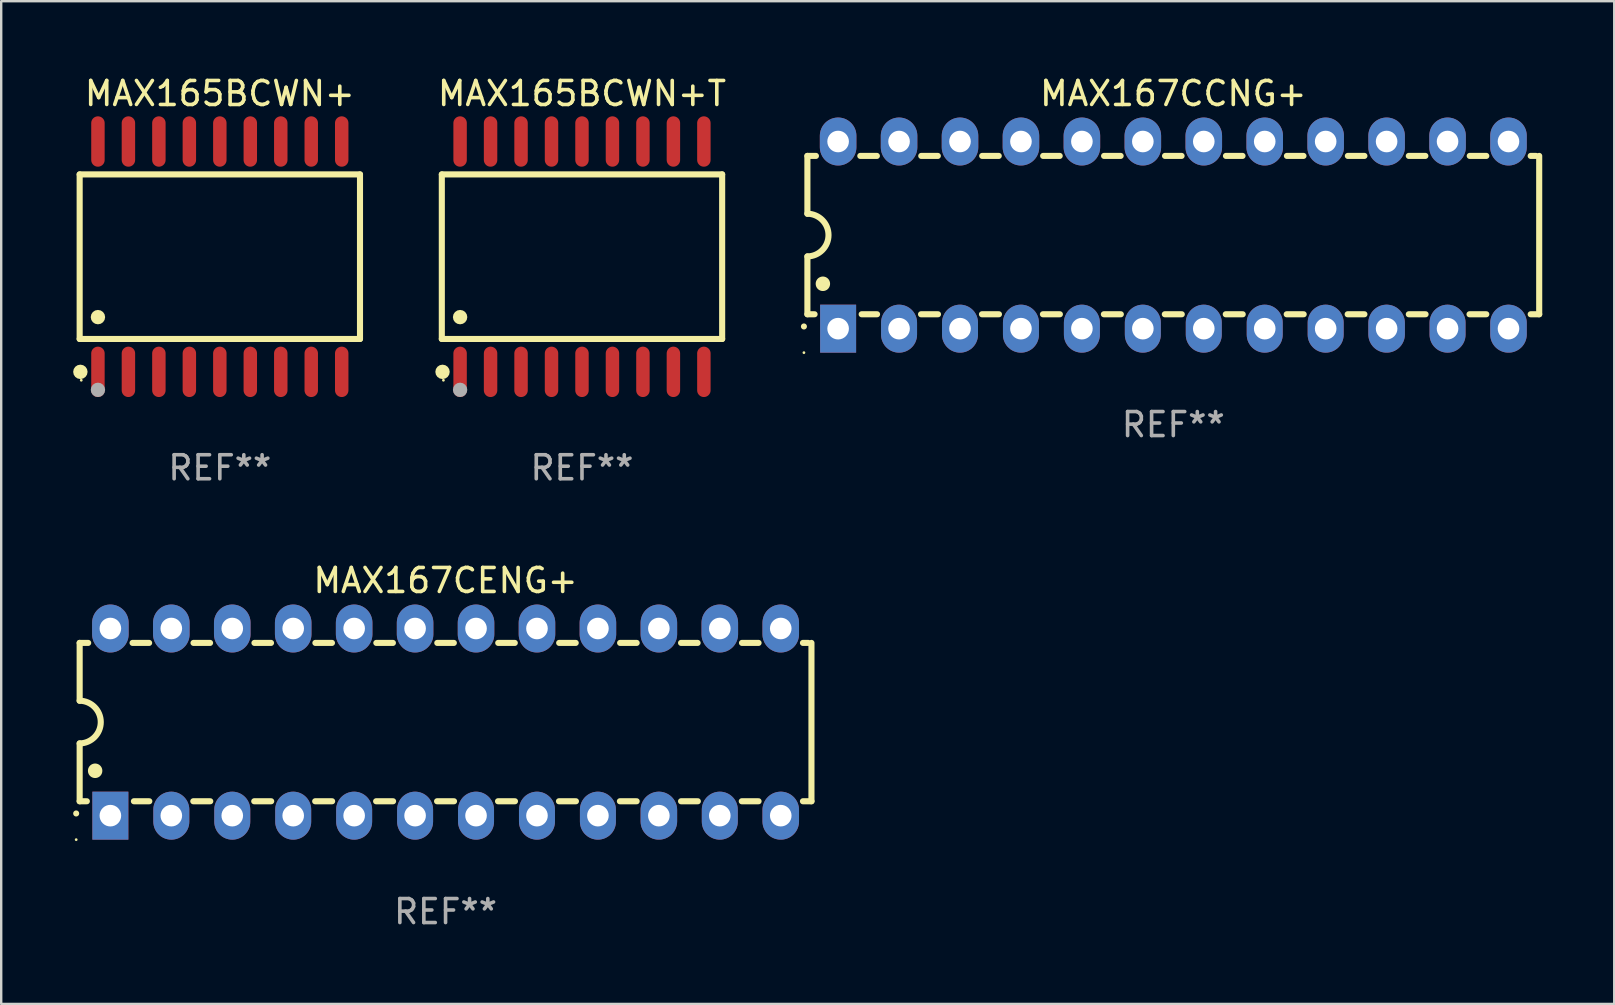
<source format=kicad_pcb>
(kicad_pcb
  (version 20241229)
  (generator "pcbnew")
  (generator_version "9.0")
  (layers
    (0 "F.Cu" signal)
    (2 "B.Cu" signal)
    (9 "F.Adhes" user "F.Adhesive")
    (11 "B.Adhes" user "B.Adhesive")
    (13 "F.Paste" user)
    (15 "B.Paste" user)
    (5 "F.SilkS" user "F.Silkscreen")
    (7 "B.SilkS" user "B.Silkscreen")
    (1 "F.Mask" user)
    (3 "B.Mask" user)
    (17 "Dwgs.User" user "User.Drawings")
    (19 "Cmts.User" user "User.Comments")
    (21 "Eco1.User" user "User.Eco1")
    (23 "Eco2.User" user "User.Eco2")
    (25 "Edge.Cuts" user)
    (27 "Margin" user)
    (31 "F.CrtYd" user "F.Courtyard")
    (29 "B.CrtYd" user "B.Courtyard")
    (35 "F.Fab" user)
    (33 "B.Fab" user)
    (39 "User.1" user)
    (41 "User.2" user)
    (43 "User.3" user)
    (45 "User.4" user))
  (footprint "MAX165BCWN+"
    (layer "F.Cu")
    (at 6.112 7.648)
    (property "Reference" "MAX165BCWN+" (at 0 -6.8 0) (layer "F.SilkS") (effects (font (size 1 1) (thickness 0.15))))
    (attr through_hole)
    (fp_line (start -5.842 -3.429) (end -5.842 3.429) (stroke (width 0.254) (type solid)) (layer "F.SilkS"))
    (fp_line (start -5.842 3.429) (end 5.842 3.429) (stroke (width 0.254) (type solid)) (layer "F.SilkS"))
    (fp_line (start 5.842 -3.429) (end -5.842 -3.429) (stroke (width 0.254) (type solid)) (layer "F.SilkS"))
    (fp_line (start 5.842 3.429) (end 5.842 -3.429) (stroke (width 0.254) (type solid)) (layer "F.SilkS"))
    (fp_circle (center -5.812 4.8) (end -5.662 4.8) (stroke (width 0.3) (type solid)) (fill no) (layer "F.SilkS"))
    (fp_circle (center -5.775 5.15) (end -5.745 5.15) (stroke (width 0.06) (type solid)) (fill no) (layer "F.SilkS"))
    (fp_circle (center -5.08 2.519) (end -4.93 2.519) (stroke (width 0.3) (type solid)) (fill no) (layer "F.SilkS"))
    (fp_circle (center -5.08 5.55) (end -4.93 5.55) (stroke (width 0.3) (type solid)) (fill no) (layer "F.Fab"))
    (fp_text user "REF**" (at 0 8.8 0) (layer "F.Fab") (effects (font (size 1 1) (thickness 0.15))))
    (pad "1" smd oval (at -5.08 4.8) (size 0.56 2.1) (layers "F.Cu" "F.Mask" "F.Paste"))
    (pad "2" smd oval (at -3.81 4.8) (size 0.56 2.1) (layers "F.Cu" "F.Mask" "F.Paste"))
    (pad "3" smd oval (at -2.54 4.8) (size 0.56 2.1) (layers "F.Cu" "F.Mask" "F.Paste"))
    (pad "4" smd oval (at -1.27 4.8) (size 0.56 2.1) (layers "F.Cu" "F.Mask" "F.Paste"))
    (pad "5" smd oval (at 0 4.8) (size 0.56 2.1) (layers "F.Cu" "F.Mask" "F.Paste"))
    (pad "6" smd oval (at 1.27 4.8) (size 0.56 2.1) (layers "F.Cu" "F.Mask" "F.Paste"))
    (pad "7" smd oval (at 2.54 4.8) (size 0.56 2.1) (layers "F.Cu" "F.Mask" "F.Paste"))
    (pad "8" smd oval (at 3.81 4.8) (size 0.56 2.1) (layers "F.Cu" "F.Mask" "F.Paste"))
    (pad "9" smd oval (at 5.08 4.8) (size 0.56 2.1) (layers "F.Cu" "F.Mask" "F.Paste"))
    (pad "10" smd oval (at 5.08 -4.8) (size 0.56 2.1) (layers "F.Cu" "F.Mask" "F.Paste"))
    (pad "11" smd oval (at 3.81 -4.8) (size 0.56 2.1) (layers "F.Cu" "F.Mask" "F.Paste"))
    (pad "12" smd oval (at 2.54 -4.8) (size 0.56 2.1) (layers "F.Cu" "F.Mask" "F.Paste"))
    (pad "13" smd oval (at 1.27 -4.8) (size 0.56 2.1) (layers "F.Cu" "F.Mask" "F.Paste"))
    (pad "14" smd oval (at 0 -4.8) (size 0.56 2.1) (layers "F.Cu" "F.Mask" "F.Paste"))
    (pad "15" smd oval (at -1.27 -4.8) (size 0.56 2.1) (layers "F.Cu" "F.Mask" "F.Paste"))
    (pad "16" smd oval (at -2.54 -4.8) (size 0.56 2.1) (layers "F.Cu" "F.Mask" "F.Paste"))
    (pad "17" smd oval (at -3.81 -4.8) (size 0.56 2.1) (layers "F.Cu" "F.Mask" "F.Paste"))
    (pad "18" smd oval (at -5.08 -4.8) (size 0.56 2.1) (layers "F.Cu" "F.Mask" "F.Paste")))
  (footprint "MAX165BCWN+T"
    (layer "F.Cu")
    (at 21.206 7.648)
    (property "Reference" "MAX165BCWN+T" (at 0 -6.8 0) (layer "F.SilkS") (effects (font (size 1 1) (thickness 0.15))))
    (attr through_hole)
    (fp_line (start -5.842 -3.429) (end -5.842 3.429) (stroke (width 0.254) (type solid)) (layer "F.SilkS"))
    (fp_line (start -5.842 3.429) (end 5.842 3.429) (stroke (width 0.254) (type solid)) (layer "F.SilkS"))
    (fp_line (start 5.842 -3.429) (end -5.842 -3.429) (stroke (width 0.254) (type solid)) (layer "F.SilkS"))
    (fp_line (start 5.842 3.429) (end 5.842 -3.429) (stroke (width 0.254) (type solid)) (layer "F.SilkS"))
    (fp_circle (center -5.812 4.8) (end -5.662 4.8) (stroke (width 0.3) (type solid)) (fill no) (layer "F.SilkS"))
    (fp_circle (center -5.775 5.15) (end -5.745 5.15) (stroke (width 0.06) (type solid)) (fill no) (layer "F.SilkS"))
    (fp_circle (center -5.08 2.519) (end -4.93 2.519) (stroke (width 0.3) (type solid)) (fill no) (layer "F.SilkS"))
    (fp_circle (center -5.08 5.55) (end -4.93 5.55) (stroke (width 0.3) (type solid)) (fill no) (layer "F.Fab"))
    (fp_text user "REF**" (at 0 8.8 0) (layer "F.Fab") (effects (font (size 1 1) (thickness 0.15))))
    (pad "1" smd oval (at -5.08 4.8) (size 0.56 2.1) (layers "F.Cu" "F.Mask" "F.Paste"))
    (pad "2" smd oval (at -3.81 4.8) (size 0.56 2.1) (layers "F.Cu" "F.Mask" "F.Paste"))
    (pad "3" smd oval (at -2.54 4.8) (size 0.56 2.1) (layers "F.Cu" "F.Mask" "F.Paste"))
    (pad "4" smd oval (at -1.27 4.8) (size 0.56 2.1) (layers "F.Cu" "F.Mask" "F.Paste"))
    (pad "5" smd oval (at 0 4.8) (size 0.56 2.1) (layers "F.Cu" "F.Mask" "F.Paste"))
    (pad "6" smd oval (at 1.27 4.8) (size 0.56 2.1) (layers "F.Cu" "F.Mask" "F.Paste"))
    (pad "7" smd oval (at 2.54 4.8) (size 0.56 2.1) (layers "F.Cu" "F.Mask" "F.Paste"))
    (pad "8" smd oval (at 3.81 4.8) (size 0.56 2.1) (layers "F.Cu" "F.Mask" "F.Paste"))
    (pad "9" smd oval (at 5.08 4.8) (size 0.56 2.1) (layers "F.Cu" "F.Mask" "F.Paste"))
    (pad "10" smd oval (at 5.08 -4.8) (size 0.56 2.1) (layers "F.Cu" "F.Mask" "F.Paste"))
    (pad "11" smd oval (at 3.81 -4.8) (size 0.56 2.1) (layers "F.Cu" "F.Mask" "F.Paste"))
    (pad "12" smd oval (at 2.54 -4.8) (size 0.56 2.1) (layers "F.Cu" "F.Mask" "F.Paste"))
    (pad "13" smd oval (at 1.27 -4.8) (size 0.56 2.1) (layers "F.Cu" "F.Mask" "F.Paste"))
    (pad "14" smd oval (at 0 -4.8) (size 0.56 2.1) (layers "F.Cu" "F.Mask" "F.Paste"))
    (pad "15" smd oval (at -1.27 -4.8) (size 0.56 2.1) (layers "F.Cu" "F.Mask" "F.Paste"))
    (pad "16" smd oval (at -2.54 -4.8) (size 0.56 2.1) (layers "F.Cu" "F.Mask" "F.Paste"))
    (pad "17" smd oval (at -3.81 -4.8) (size 0.56 2.1) (layers "F.Cu" "F.Mask" "F.Paste"))
    (pad "18" smd oval (at -5.08 -4.8) (size 0.56 2.1) (layers "F.Cu" "F.Mask" "F.Paste")))
  (footprint "MAX167CENG+"
    (layer "F.Cu")
    (at 15.52 27.045)
    (property "Reference" "MAX167CENG+" (at 0 -5.9 0) (layer "F.SilkS") (effects (font (size 1 1) (thickness 0.15))))
    (attr through_hole)
    (fp_line (start -15.25 -3.3) (end -15.25 -0.889) (stroke (width 0.254) (type solid)) (layer "F.SilkS"))
    (fp_line (start -15.25 -3.3) (end -14.895 -3.3) (stroke (width 0.254) (type solid)) (layer "F.SilkS"))
    (fp_line (start -15.25 3.3) (end -15.25 0.889) (stroke (width 0.254) (type solid)) (layer "F.SilkS"))
    (fp_line (start -15.25 3.3) (end -14.951 3.3) (stroke (width 0.254) (type solid)) (layer "F.SilkS"))
    (fp_line (start -13.045 -3.3) (end -12.355 -3.3) (stroke (width 0.254) (type solid)) (layer "F.SilkS"))
    (fp_line (start -12.989 3.3) (end -12.347 3.3) (stroke (width 0.254) (type solid)) (layer "F.SilkS"))
    (fp_line (start -10.514 3.3) (end -9.807 3.3) (stroke (width 0.254) (type solid)) (layer "F.SilkS"))
    (fp_line (start -10.505 -3.3) (end -9.815 -3.3) (stroke (width 0.254) (type solid)) (layer "F.SilkS"))
    (fp_line (start -7.974 3.3) (end -7.267 3.3) (stroke (width 0.254) (type solid)) (layer "F.SilkS"))
    (fp_line (start -7.965 -3.3) (end -7.275 -3.3) (stroke (width 0.254) (type solid)) (layer "F.SilkS"))
    (fp_line (start -5.434 3.3) (end -4.727 3.3) (stroke (width 0.254) (type solid)) (layer "F.SilkS"))
    (fp_line (start -5.425 -3.3) (end -4.735 -3.3) (stroke (width 0.254) (type solid)) (layer "F.SilkS"))
    (fp_line (start -2.894 3.3) (end -2.187 3.3) (stroke (width 0.254) (type solid)) (layer "F.SilkS"))
    (fp_line (start -2.885 -3.3) (end -2.195 -3.3) (stroke (width 0.254) (type solid)) (layer "F.SilkS"))
    (fp_line (start -0.354 3.3) (end 0.353 3.3) (stroke (width 0.254) (type solid)) (layer "F.SilkS"))
    (fp_line (start -0.345 -3.3) (end 0.345 -3.3) (stroke (width 0.254) (type solid)) (layer "F.SilkS"))
    (fp_line (start 2.186 3.3) (end 2.893 3.3) (stroke (width 0.254) (type solid)) (layer "F.SilkS"))
    (fp_line (start 2.195 -3.3) (end 2.885 -3.3) (stroke (width 0.254) (type solid)) (layer "F.SilkS"))
    (fp_line (start 4.726 3.3) (end 5.434 3.3) (stroke (width 0.254) (type solid)) (layer "F.SilkS"))
    (fp_line (start 4.735 -3.3) (end 5.425 -3.3) (stroke (width 0.254) (type solid)) (layer "F.SilkS"))
    (fp_line (start 7.266 3.3) (end 7.965 3.3) (stroke (width 0.254) (type solid)) (layer "F.SilkS"))
    (fp_line (start 7.275 -3.3) (end 7.965 -3.3) (stroke (width 0.254) (type solid)) (layer "F.SilkS"))
    (fp_line (start 9.815 -3.3) (end 10.505 -3.3) (stroke (width 0.254) (type solid)) (layer "F.SilkS"))
    (fp_line (start 9.815 3.3) (end 10.514 3.3) (stroke (width 0.254) (type solid)) (layer "F.SilkS"))
    (fp_line (start 12.346 3.3) (end 13.045 3.3) (stroke (width 0.254) (type solid)) (layer "F.SilkS"))
    (fp_line (start 12.355 -3.3) (end 13.045 -3.3) (stroke (width 0.254) (type solid)) (layer "F.SilkS"))
    (fp_line (start 14.895 -3.3) (end 15.113 -3.3) (stroke (width 0.254) (type solid)) (layer "F.SilkS"))
    (fp_line (start 14.895 3.3) (end 15.25 3.3) (stroke (width 0.254) (type solid)) (layer "F.SilkS"))
    (fp_line (start 15.25 -3.3) (end 15.25 3.3) (stroke (width 0.254) (type solid)) (layer "F.SilkS"))
    (fp_arc (start -15.394971 3.810033) (mid -15.394978 3.808763) (end -15.394971 3.807493) (stroke (width 0.25) (type solid)) (layer "F.SilkS"))
    (fp_arc (start -15.251053 -0.890146) (mid -14.361467 -0.001067) (end -15.250038 0.889027) (stroke (width 0.254001) (type solid)) (layer "F.SilkS"))
    (fp_arc (start -14.605029 2.032029) (mid -14.60504 2.029489) (end -14.605029 2.026949) (stroke (width 0.6) (type solid)) (layer "F.SilkS"))
    (fp_circle (center -15.395 4.9) (end -15.365 4.9) (stroke (width 0.06) (type solid)) (fill no) (layer "F.SilkS"))
    (fp_text user "REF**" (at 0 7.9 0) (layer "F.Fab") (effects (font (size 1 1) (thickness 0.15))))
    (pad "1" thru_hole rect (at -13.97 3.9 90) (size 2 1.5) (drill 0.9) (layers "*.Cu" "*.Mask"))
    (pad "2" thru_hole oval (at -11.43 3.9 90) (size 2 1.5) (drill 0.9) (layers "*.Cu" "*.Mask"))
    (pad "3" thru_hole oval (at -8.89 3.9 90) (size 2 1.5) (drill 0.9) (layers "*.Cu" "*.Mask"))
    (pad "4" thru_hole oval (at -6.35 3.9 90) (size 2 1.5) (drill 0.9) (layers "*.Cu" "*.Mask"))
    (pad "5" thru_hole oval (at -3.81 3.9 90) (size 2 1.5) (drill 0.9) (layers "*.Cu" "*.Mask"))
    (pad "6" thru_hole oval (at -1.27 3.9 90) (size 2 1.5) (drill 0.9) (layers "*.Cu" "*.Mask"))
    (pad "7" thru_hole oval (at 1.27 3.9 90) (size 2 1.5) (drill 0.9) (layers "*.Cu" "*.Mask"))
    (pad "8" thru_hole oval (at 3.81 3.9 90) (size 2 1.5) (drill 0.9) (layers "*.Cu" "*.Mask"))
    (pad "9" thru_hole oval (at 6.35 3.9 90) (size 2 1.5) (drill 0.9) (layers "*.Cu" "*.Mask"))
    (pad "10" thru_hole oval (at 8.89 3.9 90) (size 2 1.524) (drill 0.9) (layers "*.Cu" "*.Mask"))
    (pad "11" thru_hole oval (at 11.43 3.9 90) (size 2 1.5) (drill 0.9) (layers "*.Cu" "*.Mask"))
    (pad "12" thru_hole oval (at 13.97 3.9 90) (size 2 1.524) (drill 0.9) (layers "*.Cu" "*.Mask"))
    (pad "13" thru_hole oval (at 13.97 -3.9 90) (size 2 1.524) (drill 0.9) (layers "*.Cu" "*.Mask"))
    (pad "14" thru_hole oval (at 11.43 -3.9 90) (size 2 1.524) (drill 0.9) (layers "*.Cu" "*.Mask"))
    (pad "15" thru_hole oval (at 8.89 -3.9 90) (size 2 1.524) (drill 0.9) (layers "*.Cu" "*.Mask"))
    (pad "16" thru_hole oval (at 6.35 -3.9 90) (size 2 1.524) (drill 0.9) (layers "*.Cu" "*.Mask"))
    (pad "17" thru_hole oval (at 3.81 -3.9 90) (size 2 1.524) (drill 0.9) (layers "*.Cu" "*.Mask"))
    (pad "18" thru_hole oval (at 1.27 -3.9 90) (size 2 1.524) (drill 0.9) (layers "*.Cu" "*.Mask"))
    (pad "19" thru_hole oval (at -1.27 -3.9 90) (size 2 1.524) (drill 0.9) (layers "*.Cu" "*.Mask"))
    (pad "20" thru_hole oval (at -3.81 -3.9 90) (size 2 1.524) (drill 0.9) (layers "*.Cu" "*.Mask"))
    (pad "21" thru_hole oval (at -6.35 -3.9 90) (size 2 1.524) (drill 0.9) (layers "*.Cu" "*.Mask"))
    (pad "22" thru_hole oval (at -8.89 -3.9 90) (size 2 1.524) (drill 0.9) (layers "*.Cu" "*.Mask"))
    (pad "23" thru_hole oval (at -11.43 -3.9 90) (size 2 1.524) (drill 0.9) (layers "*.Cu" "*.Mask"))
    (pad "24" thru_hole oval (at -13.97 -3.9 90) (size 2 1.524) (drill 0.9) (layers "*.Cu" "*.Mask")))
  (footprint "MAX167CCNG+"
    (layer "F.Cu")
    (at 45.851 6.748)
    (property "Reference" "MAX167CCNG+" (at 0 -5.9 0) (layer "F.SilkS") (effects (font (size 1 1) (thickness 0.15))))
    (attr through_hole)
    (fp_line (start -15.25 -3.3) (end -15.25 -0.889) (stroke (width 0.254) (type solid)) (layer "F.SilkS"))
    (fp_line (start -15.25 -3.3) (end -14.895 -3.3) (stroke (width 0.254) (type solid)) (layer "F.SilkS"))
    (fp_line (start -15.25 3.3) (end -15.25 0.889) (stroke (width 0.254) (type solid)) (layer "F.SilkS"))
    (fp_line (start -15.25 3.3) (end -14.951 3.3) (stroke (width 0.254) (type solid)) (layer "F.SilkS"))
    (fp_line (start -13.045 -3.3) (end -12.355 -3.3) (stroke (width 0.254) (type solid)) (layer "F.SilkS"))
    (fp_line (start -12.989 3.3) (end -12.347 3.3) (stroke (width 0.254) (type solid)) (layer "F.SilkS"))
    (fp_line (start -10.514 3.3) (end -9.807 3.3) (stroke (width 0.254) (type solid)) (layer "F.SilkS"))
    (fp_line (start -10.505 -3.3) (end -9.815 -3.3) (stroke (width 0.254) (type solid)) (layer "F.SilkS"))
    (fp_line (start -7.974 3.3) (end -7.267 3.3) (stroke (width 0.254) (type solid)) (layer "F.SilkS"))
    (fp_line (start -7.965 -3.3) (end -7.275 -3.3) (stroke (width 0.254) (type solid)) (layer "F.SilkS"))
    (fp_line (start -5.434 3.3) (end -4.727 3.3) (stroke (width 0.254) (type solid)) (layer "F.SilkS"))
    (fp_line (start -5.425 -3.3) (end -4.735 -3.3) (stroke (width 0.254) (type solid)) (layer "F.SilkS"))
    (fp_line (start -2.894 3.3) (end -2.187 3.3) (stroke (width 0.254) (type solid)) (layer "F.SilkS"))
    (fp_line (start -2.885 -3.3) (end -2.195 -3.3) (stroke (width 0.254) (type solid)) (layer "F.SilkS"))
    (fp_line (start -0.354 3.3) (end 0.353 3.3) (stroke (width 0.254) (type solid)) (layer "F.SilkS"))
    (fp_line (start -0.345 -3.3) (end 0.345 -3.3) (stroke (width 0.254) (type solid)) (layer "F.SilkS"))
    (fp_line (start 2.186 3.3) (end 2.893 3.3) (stroke (width 0.254) (type solid)) (layer "F.SilkS"))
    (fp_line (start 2.195 -3.3) (end 2.885 -3.3) (stroke (width 0.254) (type solid)) (layer "F.SilkS"))
    (fp_line (start 4.726 3.3) (end 5.434 3.3) (stroke (width 0.254) (type solid)) (layer "F.SilkS"))
    (fp_line (start 4.735 -3.3) (end 5.425 -3.3) (stroke (width 0.254) (type solid)) (layer "F.SilkS"))
    (fp_line (start 7.266 3.3) (end 7.965 3.3) (stroke (width 0.254) (type solid)) (layer "F.SilkS"))
    (fp_line (start 7.275 -3.3) (end 7.965 -3.3) (stroke (width 0.254) (type solid)) (layer "F.SilkS"))
    (fp_line (start 9.815 -3.3) (end 10.505 -3.3) (stroke (width 0.254) (type solid)) (layer "F.SilkS"))
    (fp_line (start 9.815 3.3) (end 10.514 3.3) (stroke (width 0.254) (type solid)) (layer "F.SilkS"))
    (fp_line (start 12.346 3.3) (end 13.045 3.3) (stroke (width 0.254) (type solid)) (layer "F.SilkS"))
    (fp_line (start 12.355 -3.3) (end 13.045 -3.3) (stroke (width 0.254) (type solid)) (layer "F.SilkS"))
    (fp_line (start 14.895 -3.3) (end 15.113 -3.3) (stroke (width 0.254) (type solid)) (layer "F.SilkS"))
    (fp_line (start 14.895 3.3) (end 15.25 3.3) (stroke (width 0.254) (type solid)) (layer "F.SilkS"))
    (fp_line (start 15.25 -3.3) (end 15.25 3.3) (stroke (width 0.254) (type solid)) (layer "F.SilkS"))
    (fp_arc (start -15.394971 3.810033) (mid -15.394978 3.808763) (end -15.394971 3.807493) (stroke (width 0.25) (type solid)) (layer "F.SilkS"))
    (fp_arc (start -15.251053 -0.890146) (mid -14.361467 -0.001067) (end -15.250038 0.889027) (stroke (width 0.254001) (type solid)) (layer "F.SilkS"))
    (fp_arc (start -14.605029 2.032029) (mid -14.60504 2.029489) (end -14.605029 2.026949) (stroke (width 0.6) (type solid)) (layer "F.SilkS"))
    (fp_circle (center -15.395 4.9) (end -15.365 4.9) (stroke (width 0.06) (type solid)) (fill no) (layer "F.SilkS"))
    (fp_text user "REF**" (at 0 7.9 0) (layer "F.Fab") (effects (font (size 1 1) (thickness 0.15))))
    (pad "1" thru_hole rect (at -13.97 3.9 90) (size 2 1.5) (drill 0.9) (layers "*.Cu" "*.Mask"))
    (pad "2" thru_hole oval (at -11.43 3.9 90) (size 2 1.5) (drill 0.9) (layers "*.Cu" "*.Mask"))
    (pad "3" thru_hole oval (at -8.89 3.9 90) (size 2 1.5) (drill 0.9) (layers "*.Cu" "*.Mask"))
    (pad "4" thru_hole oval (at -6.35 3.9 90) (size 2 1.5) (drill 0.9) (layers "*.Cu" "*.Mask"))
    (pad "5" thru_hole oval (at -3.81 3.9 90) (size 2 1.5) (drill 0.9) (layers "*.Cu" "*.Mask"))
    (pad "6" thru_hole oval (at -1.27 3.9 90) (size 2 1.5) (drill 0.9) (layers "*.Cu" "*.Mask"))
    (pad "7" thru_hole oval (at 1.27 3.9 90) (size 2 1.5) (drill 0.9) (layers "*.Cu" "*.Mask"))
    (pad "8" thru_hole oval (at 3.81 3.9 90) (size 2 1.5) (drill 0.9) (layers "*.Cu" "*.Mask"))
    (pad "9" thru_hole oval (at 6.35 3.9 90) (size 2 1.5) (drill 0.9) (layers "*.Cu" "*.Mask"))
    (pad "10" thru_hole oval (at 8.89 3.9 90) (size 2 1.524) (drill 0.9) (layers "*.Cu" "*.Mask"))
    (pad "11" thru_hole oval (at 11.43 3.9 90) (size 2 1.5) (drill 0.9) (layers "*.Cu" "*.Mask"))
    (pad "12" thru_hole oval (at 13.97 3.9 90) (size 2 1.524) (drill 0.9) (layers "*.Cu" "*.Mask"))
    (pad "13" thru_hole oval (at 13.97 -3.9 90) (size 2 1.524) (drill 0.9) (layers "*.Cu" "*.Mask"))
    (pad "14" thru_hole oval (at 11.43 -3.9 90) (size 2 1.524) (drill 0.9) (layers "*.Cu" "*.Mask"))
    (pad "15" thru_hole oval (at 8.89 -3.9 90) (size 2 1.524) (drill 0.9) (layers "*.Cu" "*.Mask"))
    (pad "16" thru_hole oval (at 6.35 -3.9 90) (size 2 1.524) (drill 0.9) (layers "*.Cu" "*.Mask"))
    (pad "17" thru_hole oval (at 3.81 -3.9 90) (size 2 1.524) (drill 0.9) (layers "*.Cu" "*.Mask"))
    (pad "18" thru_hole oval (at 1.27 -3.9 90) (size 2 1.524) (drill 0.9) (layers "*.Cu" "*.Mask"))
    (pad "19" thru_hole oval (at -1.27 -3.9 90) (size 2 1.524) (drill 0.9) (layers "*.Cu" "*.Mask"))
    (pad "20" thru_hole oval (at -3.81 -3.9 90) (size 2 1.524) (drill 0.9) (layers "*.Cu" "*.Mask"))
    (pad "21" thru_hole oval (at -6.35 -3.9 90) (size 2 1.524) (drill 0.9) (layers "*.Cu" "*.Mask"))
    (pad "22" thru_hole oval (at -8.89 -3.9 90) (size 2 1.524) (drill 0.9) (layers "*.Cu" "*.Mask"))
    (pad "23" thru_hole oval (at -11.43 -3.9 90) (size 2 1.524) (drill 0.9) (layers "*.Cu" "*.Mask"))
    (pad "24" thru_hole oval (at -13.97 -3.9 90) (size 2 1.524) (drill 0.9) (layers "*.Cu" "*.Mask")))
  (gr_rect
    (start -3 -3)
    (end 64.228 38.793)
    (stroke (width 0.1) (type default))
    (fill no)
    (layer "Edge.Cuts")))
</source>
